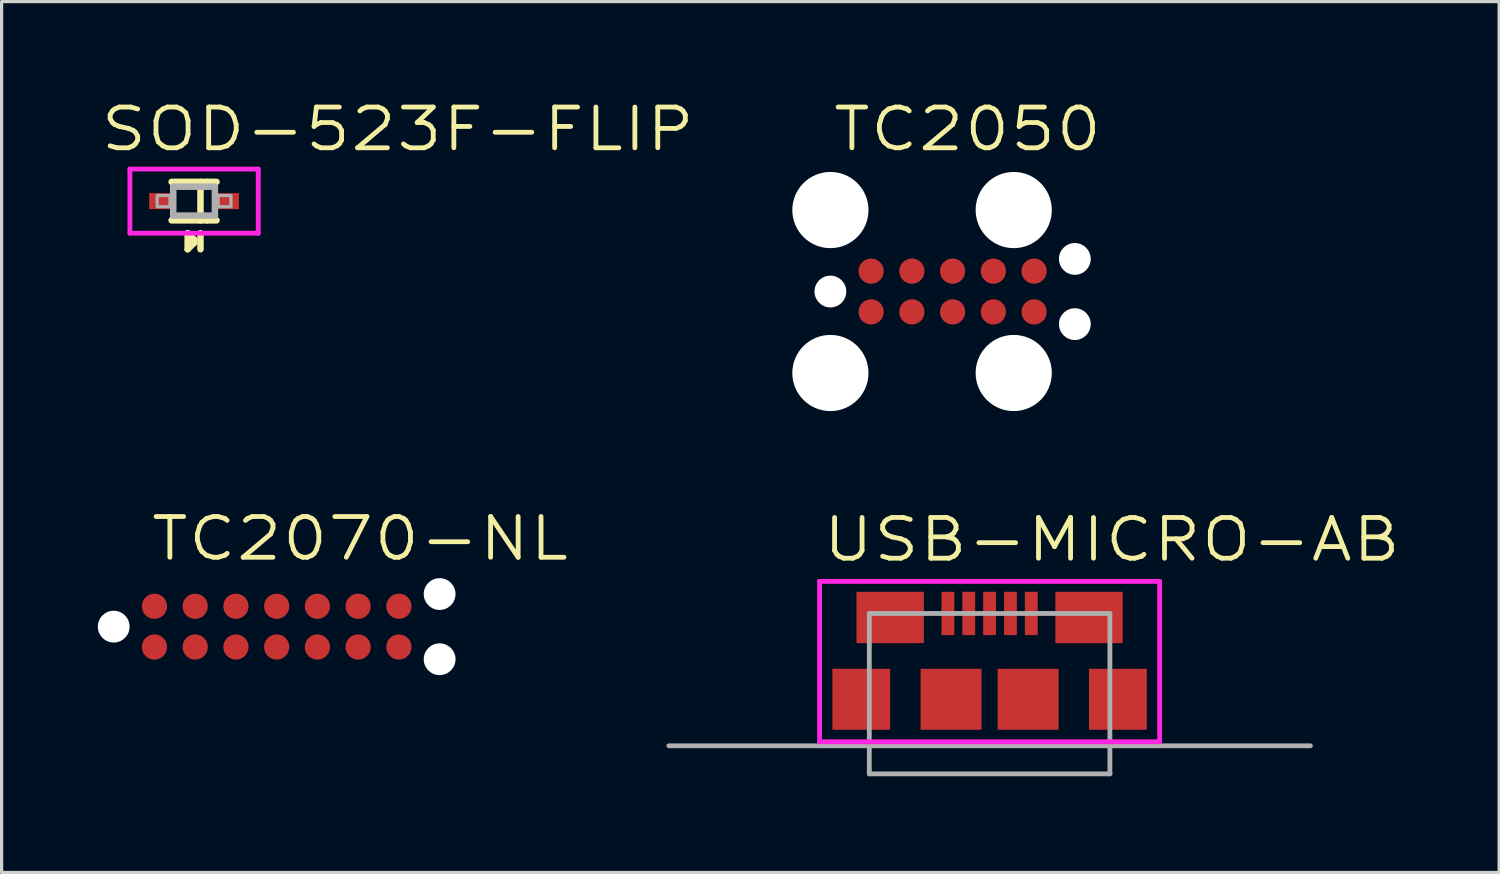
<source format=kicad_pcb>
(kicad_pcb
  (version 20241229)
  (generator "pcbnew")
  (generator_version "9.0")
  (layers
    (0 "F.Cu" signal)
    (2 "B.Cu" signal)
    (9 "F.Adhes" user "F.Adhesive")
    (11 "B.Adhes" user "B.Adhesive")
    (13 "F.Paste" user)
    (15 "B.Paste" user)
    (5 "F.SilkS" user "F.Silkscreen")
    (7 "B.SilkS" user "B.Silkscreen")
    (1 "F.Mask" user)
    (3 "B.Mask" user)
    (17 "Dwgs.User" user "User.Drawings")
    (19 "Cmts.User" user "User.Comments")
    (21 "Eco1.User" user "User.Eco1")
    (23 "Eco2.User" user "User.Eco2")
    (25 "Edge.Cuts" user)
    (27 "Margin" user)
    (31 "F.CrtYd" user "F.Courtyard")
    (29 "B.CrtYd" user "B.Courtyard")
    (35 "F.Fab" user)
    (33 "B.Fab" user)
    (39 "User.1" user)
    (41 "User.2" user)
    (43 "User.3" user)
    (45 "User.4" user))
  (footprint "SOD-523F-FLIP"
    (layer "F.Cu")
    (at 3 3.22)
    (property "Reference" "SOD-523F-FLIP" (at -3 -1.5 0) (layer "F.SilkS") (effects (font (size 1.27 1.5) (thickness 0.15)) (justify left bottom)))
    (attr through_hole)
    (fp_line (start -0.7 -0.6) (end 0.4 -0.6) (stroke (width 0.203) (type solid)) (layer "F.SilkS"))
    (fp_line (start -0.2 1) (end 0 1.2) (stroke (width 0.203) (type solid)) (layer "F.SilkS"))
    (fp_line (start -0.2 1.5) (end -0.2 1) (stroke (width 0.203) (type solid)) (layer "F.SilkS"))
    (fp_line (start 0 1.2) (end 0 1.3) (stroke (width 0.203) (type solid)) (layer "F.SilkS"))
    (fp_line (start 0 1.3) (end -0.2 1.5) (stroke (width 0.203) (type solid)) (layer "F.SilkS"))
    (fp_line (start 0.2 -0.6) (end 0.2 0.6) (stroke (width 0.203) (type solid)) (layer "F.SilkS"))
    (fp_line (start 0.2 1.5) (end 0.2 1) (stroke (width 0.203) (type solid)) (layer "F.SilkS"))
    (fp_line (start 0.4 -0.6) (end 0.7 -0.6) (stroke (width 0.203) (type solid)) (layer "F.SilkS"))
    (fp_line (start 0.4 0.6) (end -0.7 0.6) (stroke (width 0.203) (type solid)) (layer "F.SilkS"))
    (fp_line (start 0.7 0.6) (end 0.4 0.6) (stroke (width 0.203) (type solid)) (layer "F.SilkS"))
    (fp_line (start -2 -1) (end 2 -1) (stroke (width 0.15) (type solid)) (layer "F.CrtYd"))
    (fp_line (start -2 1) (end -2 -1) (stroke (width 0.15) (type solid)) (layer "F.CrtYd"))
    (fp_line (start 2 -1) (end 2 1) (stroke (width 0.15) (type solid)) (layer "F.CrtYd"))
    (fp_line (start 2 1) (end -2 1) (stroke (width 0.15) (type solid)) (layer "F.CrtYd"))
    (fp_line (start -0.65 -0.45) (end -0.65 0.45) (stroke (width 0.203) (type solid)) (layer "F.Fab"))
    (fp_line (start -0.65 0.45) (end 0.65 0.45) (stroke (width 0.203) (type solid)) (layer "F.Fab"))
    (fp_line (start 0.65 -0.45) (end -0.65 -0.45) (stroke (width 0.203) (type solid)) (layer "F.Fab"))
    (fp_line (start 0.65 0.45) (end 0.65 -0.45) (stroke (width 0.203) (type solid)) (layer "F.Fab"))
    (fp_poly (pts (xy -1.15 0.175) (xy -0.75 0.175) (xy -0.75 -0.175) (xy -1.15 -0.175)) (stroke (width 0.1) (type solid)) (fill no) (layer "F.Fab"))
    (fp_poly (pts (xy 0.75 0.175) (xy 1.15 0.175) (xy 1.15 -0.175) (xy 0.75 -0.175)) (stroke (width 0.1) (type solid)) (fill no) (layer "F.Fab"))
    (pad "A" smd rect (at -1 0) (size 0.8 0.5) (layers "F.Cu" "F.Mask" "F.Paste"))
    (pad "K" smd rect (at 1 0) (size 0.8 0.5) (layers "F.Cu" "F.Mask" "F.Paste")))
  (footprint "TC2070-NL"
    (layer "F.Cu")
    (at 5.575 16.485)
    (property "Reference" "TC2070-NL" (at -4 -2 0) (layer "F.SilkS") (effects (font (size 1.27 1.5) (thickness 0.15)) (justify left bottom)))
    (attr through_hole)
    (pad "" np_thru_hole circle (at -5.08 0) (size 0.991 0.991) (drill 0.991) (layers "*.Cu"))
    (pad "" np_thru_hole circle (at 5.08 -1.016) (size 0.991 0.991) (drill 0.991) (layers "*.Cu"))
    (pad "" np_thru_hole circle (at 5.08 1.016) (size 0.991 0.991) (drill 0.991) (layers "*.Cu"))
    (pad "1" smd circle (at -3.81 0.635) (size 0.787 0.787) (layers "F.Cu" "F.Mask" "F.Paste"))
    (pad "2" smd circle (at -3.81 -0.635) (size 0.787 0.787) (layers "F.Cu" "F.Mask" "F.Paste"))
    (pad "3" smd circle (at -2.54 0.635) (size 0.787 0.787) (layers "F.Cu" "F.Mask" "F.Paste"))
    (pad "4" smd circle (at -2.54 -0.635) (size 0.787 0.787) (layers "F.Cu" "F.Mask" "F.Paste"))
    (pad "5" smd circle (at -1.27 0.635) (size 0.787 0.787) (layers "F.Cu" "F.Mask" "F.Paste"))
    (pad "6" smd circle (at -1.27 -0.635) (size 0.787 0.787) (layers "F.Cu" "F.Mask" "F.Paste"))
    (pad "7" smd circle (at 0 0.635) (size 0.787 0.787) (layers "F.Cu" "F.Mask" "F.Paste"))
    (pad "8" smd circle (at 0 -0.635) (size 0.787 0.787) (layers "F.Cu" "F.Mask" "F.Paste"))
    (pad "9" smd circle (at 1.27 0.635) (size 0.787 0.787) (layers "F.Cu" "F.Mask" "F.Paste"))
    (pad "10" smd circle (at 1.27 -0.635) (size 0.787 0.787) (layers "F.Cu" "F.Mask" "F.Paste"))
    (pad "11" smd circle (at 2.54 0.635) (size 0.787 0.787) (layers "F.Cu" "F.Mask" "F.Paste"))
    (pad "12" smd circle (at 2.54 -0.635) (size 0.787 0.787) (layers "F.Cu" "F.Mask" "F.Paste"))
    (pad "13" smd circle (at 3.81 0.635) (size 0.787 0.787) (layers "F.Cu" "F.Mask" "F.Paste"))
    (pad "14" smd circle (at 3.81 -0.635) (size 0.787 0.787) (layers "F.Cu" "F.Mask" "F.Paste")))
  (footprint "TC2050"
    (layer "F.Cu")
    (at 26.647 6.038)
    (property "Reference" "TC2050" (at -3.81 -4.318 180) (layer "F.SilkS") (effects (font (size 1.27 1.5) (thickness 0.15)) (justify left bottom)))
    (attr through_hole)
    (pad "" np_thru_hole circle (at -3.81 -2.54) (size 2.375 2.375) (drill 2.375) (layers "*.Cu"))
    (pad "" np_thru_hole circle (at -3.81 0) (size 0.991 0.991) (drill 0.991) (layers "*.Cu"))
    (pad "" np_thru_hole circle (at -3.81 2.54) (size 2.375 2.375) (drill 2.375) (layers "*.Cu"))
    (pad "" np_thru_hole circle (at 1.905 -2.54) (size 2.375 2.375) (drill 2.375) (layers "*.Cu"))
    (pad "" np_thru_hole circle (at 1.905 2.54) (size 2.375 2.375) (drill 2.375) (layers "*.Cu"))
    (pad "" np_thru_hole circle (at 3.81 -1.016) (size 0.991 0.991) (drill 0.991) (layers "*.Cu"))
    (pad "" np_thru_hole circle (at 3.81 1.016) (size 0.991 0.991) (drill 0.991) (layers "*.Cu"))
    (pad "1" smd circle (at -2.54 0.635) (size 0.787 0.787) (layers "F.Cu" "F.Mask" "F.Paste"))
    (pad "2" smd circle (at -2.54 -0.635) (size 0.787 0.787) (layers "F.Cu" "F.Mask" "F.Paste"))
    (pad "3" smd circle (at -1.27 0.635) (size 0.787 0.787) (layers "F.Cu" "F.Mask" "F.Paste"))
    (pad "4" smd circle (at -1.27 -0.635) (size 0.787 0.787) (layers "F.Cu" "F.Mask" "F.Paste"))
    (pad "5" smd circle (at 0 0.635) (size 0.787 0.787) (layers "F.Cu" "F.Mask" "F.Paste"))
    (pad "6" smd circle (at 0 -0.635) (size 0.787 0.787) (layers "F.Cu" "F.Mask" "F.Paste"))
    (pad "7" smd circle (at 1.27 0.635) (size 0.787 0.787) (layers "F.Cu" "F.Mask" "F.Paste"))
    (pad "8" smd circle (at 1.27 -0.635) (size 0.787 0.787) (layers "F.Cu" "F.Mask" "F.Paste"))
    (pad "9" smd circle (at 2.54 0.635) (size 0.787 0.787) (layers "F.Cu" "F.Mask" "F.Paste"))
    (pad "10" smd circle (at 2.54 -0.635) (size 0.787 0.787) (layers "F.Cu" "F.Mask" "F.Paste")))
  (footprint "USB-MICRO-AB"
    (layer "F.Cu")
    (at 27.8 17.074)
    (property "Reference" "USB-MICRO-AB" (at 3.81 -3.302 0) (layer "F.SilkS") (effects (font (size 1.27 1.5) (thickness 0.15))))
    (attr through_hole)
    (fp_line (start -5.3 -2) (end 5.3 -2) (stroke (width 0.15) (type solid)) (layer "F.CrtYd"))
    (fp_line (start -5.3 3) (end -5.3 -2) (stroke (width 0.15) (type solid)) (layer "F.CrtYd"))
    (fp_line (start 5.3 -2) (end 5.3 3) (stroke (width 0.15) (type solid)) (layer "F.CrtYd"))
    (fp_line (start 5.3 3) (end -5.3 3) (stroke (width 0.15) (type solid)) (layer "F.CrtYd"))
    (fp_line (start -10 3.125) (end 10 3.125) (stroke (width 0.15) (type solid)) (layer "F.Fab"))
    (fp_line (start -3.75 -1) (end -3.75 4) (stroke (width 0.15) (type solid)) (layer "F.Fab"))
    (fp_line (start -3.75 4) (end 3.75 4) (stroke (width 0.15) (type solid)) (layer "F.Fab"))
    (fp_line (start 3.75 -1) (end -3.75 -1) (stroke (width 0.15) (type solid)) (layer "F.Fab"))
    (fp_line (start 3.75 -1) (end 3.75 4) (stroke (width 0.15) (type solid)) (layer "F.Fab"))
    (pad "1" smd rect (at -1.3 -1) (size 0.4 1.35) (layers "F.Cu" "F.Mask" "F.Paste"))
    (pad "2" smd rect (at -0.65 -1) (size 0.4 1.35) (layers "F.Cu" "F.Mask" "F.Paste"))
    (pad "3" smd rect (at 0 -1) (size 0.4 1.35) (layers "F.Cu" "F.Mask" "F.Paste"))
    (pad "4" smd rect (at 0.65 -1) (size 0.4 1.35) (layers "F.Cu" "F.Mask" "F.Paste"))
    (pad "5" smd rect (at 1.3 -1) (size 0.4 1.35) (layers "F.Cu" "F.Mask" "F.Paste"))
    (pad "6" smd rect (at -3.1 -0.875) (size 2.1 1.6) (layers "F.Cu" "F.Mask" "F.Paste"))
    (pad "7" smd rect (at 3.1 -0.875) (size 2.1 1.6) (layers "F.Cu" "F.Mask" "F.Paste"))
    (pad "8" smd rect (at -4 1.675) (size 1.8 1.9) (layers "F.Cu" "F.Mask" "F.Paste"))
    (pad "9" smd rect (at -1.2 1.675) (size 1.9 1.9) (layers "F.Cu" "F.Mask" "F.Paste"))
    (pad "10" smd rect (at 1.2 1.675) (size 1.9 1.9) (layers "F.Cu" "F.Mask" "F.Paste"))
    (pad "11" smd rect (at 4 1.675) (size 1.8 1.9) (layers "F.Cu" "F.Mask" "F.Paste")))
  (gr_rect
    (start -3 -3)
    (end 43.685 24.149)
    (stroke (width 0.1) (type default))
    (fill no)
    (layer "Edge.Cuts")))
</source>
